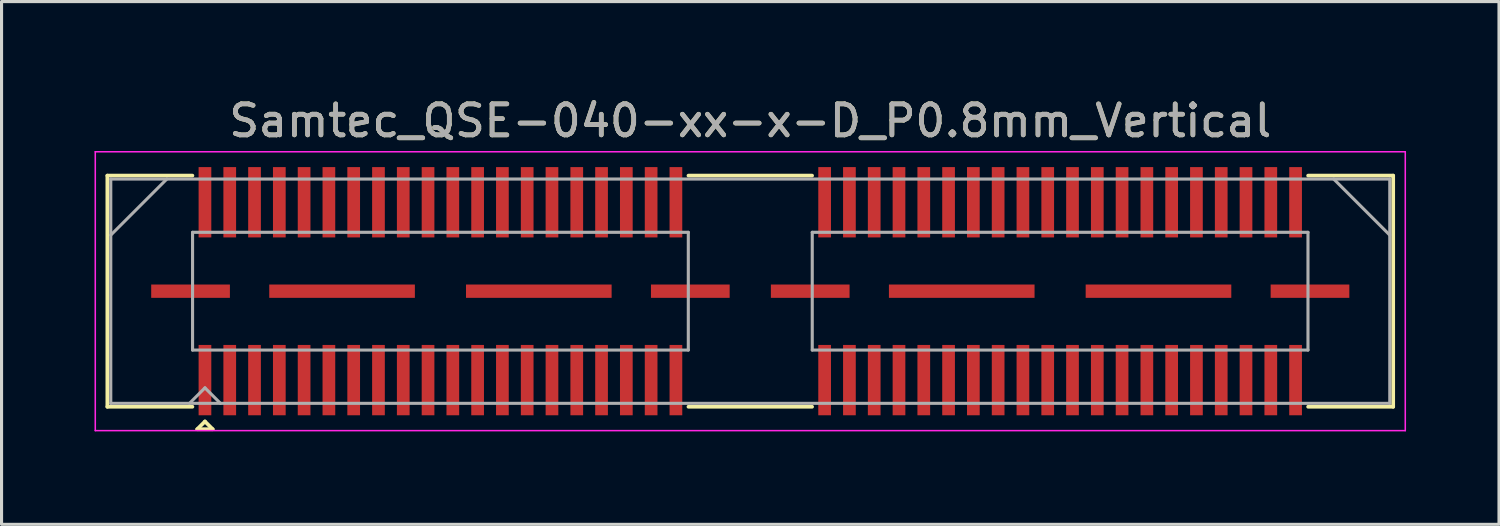
<source format=kicad_pcb>
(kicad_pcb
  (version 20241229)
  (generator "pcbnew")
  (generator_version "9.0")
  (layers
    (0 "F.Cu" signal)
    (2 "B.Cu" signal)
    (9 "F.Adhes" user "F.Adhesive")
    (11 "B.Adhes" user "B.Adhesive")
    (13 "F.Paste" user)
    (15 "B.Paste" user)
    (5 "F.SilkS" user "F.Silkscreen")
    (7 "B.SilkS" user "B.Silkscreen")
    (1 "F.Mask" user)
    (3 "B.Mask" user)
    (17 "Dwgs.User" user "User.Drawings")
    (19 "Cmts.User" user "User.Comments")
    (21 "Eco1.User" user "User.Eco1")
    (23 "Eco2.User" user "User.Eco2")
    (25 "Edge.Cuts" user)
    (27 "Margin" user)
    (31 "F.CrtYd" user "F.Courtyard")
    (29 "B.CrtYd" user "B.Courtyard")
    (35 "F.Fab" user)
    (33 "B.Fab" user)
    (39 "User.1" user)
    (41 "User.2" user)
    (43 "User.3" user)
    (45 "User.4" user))
  (footprint "Samtec_QSE-040-xx-x-D_P0.8mm_Vertical"
    (layer "F.Cu")
    (at 21.165 6.348)
    (property "Reference" "Samtec_QSE-040-xx-x-D_P0.8mm_Vertical" (at 0 -5.5 0) (layer "F.SilkS") (effects (font (size 1 1) (thickness 0.15))))
    (attr smd)
    (fp_line (start -20.75 -3.73) (end -18.005 -3.73) (stroke (width 0.12) (type solid)) (layer "F.SilkS"))
    (fp_line (start -20.75 3.73) (end -20.75 -3.73) (stroke (width 0.12) (type solid)) (layer "F.SilkS"))
    (fp_line (start -18.005 3.73) (end -20.75 3.73) (stroke (width 0.12) (type solid)) (layer "F.SilkS"))
    (fp_line (start -17.85 4.455) (end -17.6 4.205) (stroke (width 0.12) (type solid)) (layer "F.SilkS"))
    (fp_line (start -17.6 4.205) (end -17.35 4.455) (stroke (width 0.12) (type solid)) (layer "F.SilkS"))
    (fp_line (start -17.35 4.455) (end -17.85 4.455) (stroke (width 0.12) (type solid)) (layer "F.SilkS"))
    (fp_line (start -1.995 -3.73) (end 1.995 -3.73) (stroke (width 0.12) (type solid)) (layer "F.SilkS"))
    (fp_line (start -1.995 3.73) (end 1.995 3.73) (stroke (width 0.12) (type solid)) (layer "F.SilkS"))
    (fp_line (start 18.005 3.73) (end 20.75 3.73) (stroke (width 0.12) (type solid)) (layer "F.SilkS"))
    (fp_line (start 20.75 -3.73) (end 18.005 -3.73) (stroke (width 0.12) (type solid)) (layer "F.SilkS"))
    (fp_line (start 20.75 3.73) (end 20.75 -3.73) (stroke (width 0.12) (type solid)) (layer "F.SilkS"))
    (fp_line (start -21.14 -4.5) (end -21.14 4.5) (stroke (width 0.05) (type solid)) (layer "F.CrtYd"))
    (fp_line (start -21.14 4.5) (end 21.14 4.5) (stroke (width 0.05) (type solid)) (layer "F.CrtYd"))
    (fp_line (start 21.14 -4.5) (end -21.14 -4.5) (stroke (width 0.05) (type solid)) (layer "F.CrtYd"))
    (fp_line (start 21.14 4.5) (end 21.14 -4.5) (stroke (width 0.05) (type solid)) (layer "F.CrtYd"))
    (fp_line (start -20.64 -3.62) (end -20.64 3.62) (stroke (width 0.1) (type solid)) (layer "F.Fab"))
    (fp_line (start -20.64 -1.81) (end -18.83 -3.62) (stroke (width 0.1) (type solid)) (layer "F.Fab"))
    (fp_line (start -20.64 3.62) (end 20.64 3.62) (stroke (width 0.1) (type solid)) (layer "F.Fab"))
    (fp_line (start -18.1 3.62) (end -17.6 3.12) (stroke (width 0.1) (type solid)) (layer "F.Fab"))
    (fp_line (start -18 -1.9) (end -18 1.9) (stroke (width 0.1) (type solid)) (layer "F.Fab"))
    (fp_line (start -18 1.9) (end -2 1.9) (stroke (width 0.1) (type solid)) (layer "F.Fab"))
    (fp_line (start -17.6 3.12) (end -17.1 3.62) (stroke (width 0.1) (type solid)) (layer "F.Fab"))
    (fp_line (start -2 -1.9) (end -18 -1.9) (stroke (width 0.1) (type solid)) (layer "F.Fab"))
    (fp_line (start -2 1.9) (end -2 -1.9) (stroke (width 0.1) (type solid)) (layer "F.Fab"))
    (fp_line (start 2 -1.9) (end 2 1.9) (stroke (width 0.1) (type solid)) (layer "F.Fab"))
    (fp_line (start 2 1.9) (end 18 1.9) (stroke (width 0.1) (type solid)) (layer "F.Fab"))
    (fp_line (start 18 -1.9) (end 2 -1.9) (stroke (width 0.1) (type solid)) (layer "F.Fab"))
    (fp_line (start 18 1.9) (end 18 -1.9) (stroke (width 0.1) (type solid)) (layer "F.Fab"))
    (fp_line (start 20.64 -3.62) (end -20.64 -3.62) (stroke (width 0.1) (type solid)) (layer "F.Fab"))
    (fp_line (start 20.64 -1.81) (end 18.83 -3.62) (stroke (width 0.1) (type solid)) (layer "F.Fab"))
    (fp_line (start 20.64 3.62) (end 20.64 -3.62) (stroke (width 0.1) (type solid)) (layer "F.Fab"))
    (fp_text user "${REFERENCE}" (at 0 -5.5 0) (layer "F.Fab") (effects (font (size 1 1) (thickness 0.15))))
    (pad "1" smd rect (at -17.6 2.87) (size 0.41 2.27) (layers "F.Cu" "F.Mask" "F.Paste"))
    (pad "2" smd rect (at -17.6 -2.87) (size 0.41 2.27) (layers "F.Cu" "F.Mask" "F.Paste"))
    (pad "3" smd rect (at -16.8 2.87) (size 0.41 2.27) (layers "F.Cu" "F.Mask" "F.Paste"))
    (pad "4" smd rect (at -16.8 -2.87) (size 0.41 2.27) (layers "F.Cu" "F.Mask" "F.Paste"))
    (pad "5" smd rect (at -16 2.87) (size 0.41 2.27) (layers "F.Cu" "F.Mask" "F.Paste"))
    (pad "6" smd rect (at -16 -2.87) (size 0.41 2.27) (layers "F.Cu" "F.Mask" "F.Paste"))
    (pad "7" smd rect (at -15.2 2.87) (size 0.41 2.27) (layers "F.Cu" "F.Mask" "F.Paste"))
    (pad "8" smd rect (at -15.2 -2.87) (size 0.41 2.27) (layers "F.Cu" "F.Mask" "F.Paste"))
    (pad "9" smd rect (at -14.4 2.87) (size 0.41 2.27) (layers "F.Cu" "F.Mask" "F.Paste"))
    (pad "10" smd rect (at -14.4 -2.87) (size 0.41 2.27) (layers "F.Cu" "F.Mask" "F.Paste"))
    (pad "11" smd rect (at -13.6 2.87) (size 0.41 2.27) (layers "F.Cu" "F.Mask" "F.Paste"))
    (pad "12" smd rect (at -13.6 -2.87) (size 0.41 2.27) (layers "F.Cu" "F.Mask" "F.Paste"))
    (pad "13" smd rect (at -12.8 2.87) (size 0.41 2.27) (layers "F.Cu" "F.Mask" "F.Paste"))
    (pad "14" smd rect (at -12.8 -2.87) (size 0.41 2.27) (layers "F.Cu" "F.Mask" "F.Paste"))
    (pad "15" smd rect (at -12 2.87) (size 0.41 2.27) (layers "F.Cu" "F.Mask" "F.Paste"))
    (pad "16" smd rect (at -12 -2.87) (size 0.41 2.27) (layers "F.Cu" "F.Mask" "F.Paste"))
    (pad "17" smd rect (at -11.2 2.87) (size 0.41 2.27) (layers "F.Cu" "F.Mask" "F.Paste"))
    (pad "18" smd rect (at -11.2 -2.87) (size 0.41 2.27) (layers "F.Cu" "F.Mask" "F.Paste"))
    (pad "19" smd rect (at -10.4 2.87) (size 0.41 2.27) (layers "F.Cu" "F.Mask" "F.Paste"))
    (pad "20" smd rect (at -10.4 -2.87) (size 0.41 2.27) (layers "F.Cu" "F.Mask" "F.Paste"))
    (pad "21" smd rect (at -9.6 2.87) (size 0.41 2.27) (layers "F.Cu" "F.Mask" "F.Paste"))
    (pad "22" smd rect (at -9.6 -2.87) (size 0.41 2.27) (layers "F.Cu" "F.Mask" "F.Paste"))
    (pad "23" smd rect (at -8.8 2.87) (size 0.41 2.27) (layers "F.Cu" "F.Mask" "F.Paste"))
    (pad "24" smd rect (at -8.8 -2.87) (size 0.41 2.27) (layers "F.Cu" "F.Mask" "F.Paste"))
    (pad "25" smd rect (at -8 2.87) (size 0.41 2.27) (layers "F.Cu" "F.Mask" "F.Paste"))
    (pad "26" smd rect (at -8 -2.87) (size 0.41 2.27) (layers "F.Cu" "F.Mask" "F.Paste"))
    (pad "27" smd rect (at -7.2 2.87) (size 0.41 2.27) (layers "F.Cu" "F.Mask" "F.Paste"))
    (pad "28" smd rect (at -7.2 -2.87) (size 0.41 2.27) (layers "F.Cu" "F.Mask" "F.Paste"))
    (pad "29" smd rect (at -6.4 2.87) (size 0.41 2.27) (layers "F.Cu" "F.Mask" "F.Paste"))
    (pad "30" smd rect (at -6.4 -2.87) (size 0.41 2.27) (layers "F.Cu" "F.Mask" "F.Paste"))
    (pad "31" smd rect (at -5.6 2.87) (size 0.41 2.27) (layers "F.Cu" "F.Mask" "F.Paste"))
    (pad "32" smd rect (at -5.6 -2.87) (size 0.41 2.27) (layers "F.Cu" "F.Mask" "F.Paste"))
    (pad "33" smd rect (at -4.8 2.87) (size 0.41 2.27) (layers "F.Cu" "F.Mask" "F.Paste"))
    (pad "34" smd rect (at -4.8 -2.87) (size 0.41 2.27) (layers "F.Cu" "F.Mask" "F.Paste"))
    (pad "35" smd rect (at -4 2.87) (size 0.41 2.27) (layers "F.Cu" "F.Mask" "F.Paste"))
    (pad "36" smd rect (at -4 -2.87) (size 0.41 2.27) (layers "F.Cu" "F.Mask" "F.Paste"))
    (pad "37" smd rect (at -3.2 2.87) (size 0.41 2.27) (layers "F.Cu" "F.Mask" "F.Paste"))
    (pad "38" smd rect (at -3.2 -2.87) (size 0.41 2.27) (layers "F.Cu" "F.Mask" "F.Paste"))
    (pad "39" smd rect (at -2.4 2.87) (size 0.41 2.27) (layers "F.Cu" "F.Mask" "F.Paste"))
    (pad "40" smd rect (at -2.4 -2.87) (size 0.41 2.27) (layers "F.Cu" "F.Mask" "F.Paste"))
    (pad "41" smd rect (at 2.4 2.87) (size 0.41 2.27) (layers "F.Cu" "F.Mask" "F.Paste"))
    (pad "42" smd rect (at 2.4 -2.87) (size 0.41 2.27) (layers "F.Cu" "F.Mask" "F.Paste"))
    (pad "43" smd rect (at 3.2 2.87) (size 0.41 2.27) (layers "F.Cu" "F.Mask" "F.Paste"))
    (pad "44" smd rect (at 3.2 -2.87) (size 0.41 2.27) (layers "F.Cu" "F.Mask" "F.Paste"))
    (pad "45" smd rect (at 4 2.87) (size 0.41 2.27) (layers "F.Cu" "F.Mask" "F.Paste"))
    (pad "46" smd rect (at 4 -2.87) (size 0.41 2.27) (layers "F.Cu" "F.Mask" "F.Paste"))
    (pad "47" smd rect (at 4.8 2.87) (size 0.41 2.27) (layers "F.Cu" "F.Mask" "F.Paste"))
    (pad "48" smd rect (at 4.8 -2.87) (size 0.41 2.27) (layers "F.Cu" "F.Mask" "F.Paste"))
    (pad "49" smd rect (at 5.6 2.87) (size 0.41 2.27) (layers "F.Cu" "F.Mask" "F.Paste"))
    (pad "50" smd rect (at 5.6 -2.87) (size 0.41 2.27) (layers "F.Cu" "F.Mask" "F.Paste"))
    (pad "51" smd rect (at 6.4 2.87) (size 0.41 2.27) (layers "F.Cu" "F.Mask" "F.Paste"))
    (pad "52" smd rect (at 6.4 -2.87) (size 0.41 2.27) (layers "F.Cu" "F.Mask" "F.Paste"))
    (pad "53" smd rect (at 7.2 2.87) (size 0.41 2.27) (layers "F.Cu" "F.Mask" "F.Paste"))
    (pad "54" smd rect (at 7.2 -2.87) (size 0.41 2.27) (layers "F.Cu" "F.Mask" "F.Paste"))
    (pad "55" smd rect (at 8 2.87) (size 0.41 2.27) (layers "F.Cu" "F.Mask" "F.Paste"))
    (pad "56" smd rect (at 8 -2.87) (size 0.41 2.27) (layers "F.Cu" "F.Mask" "F.Paste"))
    (pad "57" smd rect (at 8.8 2.87) (size 0.41 2.27) (layers "F.Cu" "F.Mask" "F.Paste"))
    (pad "58" smd rect (at 8.8 -2.87) (size 0.41 2.27) (layers "F.Cu" "F.Mask" "F.Paste"))
    (pad "59" smd rect (at 9.6 2.87) (size 0.41 2.27) (layers "F.Cu" "F.Mask" "F.Paste"))
    (pad "60" smd rect (at 9.6 -2.87) (size 0.41 2.27) (layers "F.Cu" "F.Mask" "F.Paste"))
    (pad "61" smd rect (at 10.4 2.87) (size 0.41 2.27) (layers "F.Cu" "F.Mask" "F.Paste"))
    (pad "62" smd rect (at 10.4 -2.87) (size 0.41 2.27) (layers "F.Cu" "F.Mask" "F.Paste"))
    (pad "63" smd rect (at 11.2 2.87) (size 0.41 2.27) (layers "F.Cu" "F.Mask" "F.Paste"))
    (pad "64" smd rect (at 11.2 -2.87) (size 0.41 2.27) (layers "F.Cu" "F.Mask" "F.Paste"))
    (pad "65" smd rect (at 12 2.87) (size 0.41 2.27) (layers "F.Cu" "F.Mask" "F.Paste"))
    (pad "66" smd rect (at 12 -2.87) (size 0.41 2.27) (layers "F.Cu" "F.Mask" "F.Paste"))
    (pad "67" smd rect (at 12.8 2.87) (size 0.41 2.27) (layers "F.Cu" "F.Mask" "F.Paste"))
    (pad "68" smd rect (at 12.8 -2.87) (size 0.41 2.27) (layers "F.Cu" "F.Mask" "F.Paste"))
    (pad "69" smd rect (at 13.6 2.87) (size 0.41 2.27) (layers "F.Cu" "F.Mask" "F.Paste"))
    (pad "70" smd rect (at 13.6 -2.87) (size 0.41 2.27) (layers "F.Cu" "F.Mask" "F.Paste"))
    (pad "71" smd rect (at 14.4 2.87) (size 0.41 2.27) (layers "F.Cu" "F.Mask" "F.Paste"))
    (pad "72" smd rect (at 14.4 -2.87) (size 0.41 2.27) (layers "F.Cu" "F.Mask" "F.Paste"))
    (pad "73" smd rect (at 15.2 2.87) (size 0.41 2.27) (layers "F.Cu" "F.Mask" "F.Paste"))
    (pad "74" smd rect (at 15.2 -2.87) (size 0.41 2.27) (layers "F.Cu" "F.Mask" "F.Paste"))
    (pad "75" smd rect (at 16 2.87) (size 0.41 2.27) (layers "F.Cu" "F.Mask" "F.Paste"))
    (pad "76" smd rect (at 16 -2.87) (size 0.41 2.27) (layers "F.Cu" "F.Mask" "F.Paste"))
    (pad "77" smd rect (at 16.8 2.87) (size 0.41 2.27) (layers "F.Cu" "F.Mask" "F.Paste"))
    (pad "78" smd rect (at 16.8 -2.87) (size 0.41 2.27) (layers "F.Cu" "F.Mask" "F.Paste"))
    (pad "79" smd rect (at 17.6 2.87) (size 0.41 2.27) (layers "F.Cu" "F.Mask" "F.Paste"))
    (pad "80" smd rect (at 17.6 -2.87) (size 0.41 2.27) (layers "F.Cu" "F.Mask" "F.Paste"))
    (pad "81" smd rect (at -18.065 0) (size 2.54 0.43) (layers "F.Cu" "F.Mask" "F.Paste"))
    (pad "82" smd rect (at -13.175 0) (size 4.7 0.43) (layers "F.Cu" "F.Mask" "F.Paste"))
    (pad "83" smd rect (at -6.825 0) (size 4.7 0.43) (layers "F.Cu" "F.Mask" "F.Paste"))
    (pad "84" smd rect (at -1.935 0) (size 2.54 0.43) (layers "F.Cu" "F.Mask" "F.Paste"))
    (pad "85" smd rect (at 1.935 0) (size 2.54 0.43) (layers "F.Cu" "F.Mask" "F.Paste"))
    (pad "86" smd rect (at 6.825 0) (size 4.7 0.43) (layers "F.Cu" "F.Mask" "F.Paste"))
    (pad "87" smd rect (at 13.175 0) (size 4.7 0.43) (layers "F.Cu" "F.Mask" "F.Paste"))
    (pad "88" smd rect (at 18.065 0) (size 2.54 0.43) (layers "F.Cu" "F.Mask" "F.Paste")))
  (gr_rect
    (start -3 -3)
    (end 45.33 13.873)
    (stroke (width 0.1) (type default))
    (fill no)
    (layer "Edge.Cuts")))
</source>
